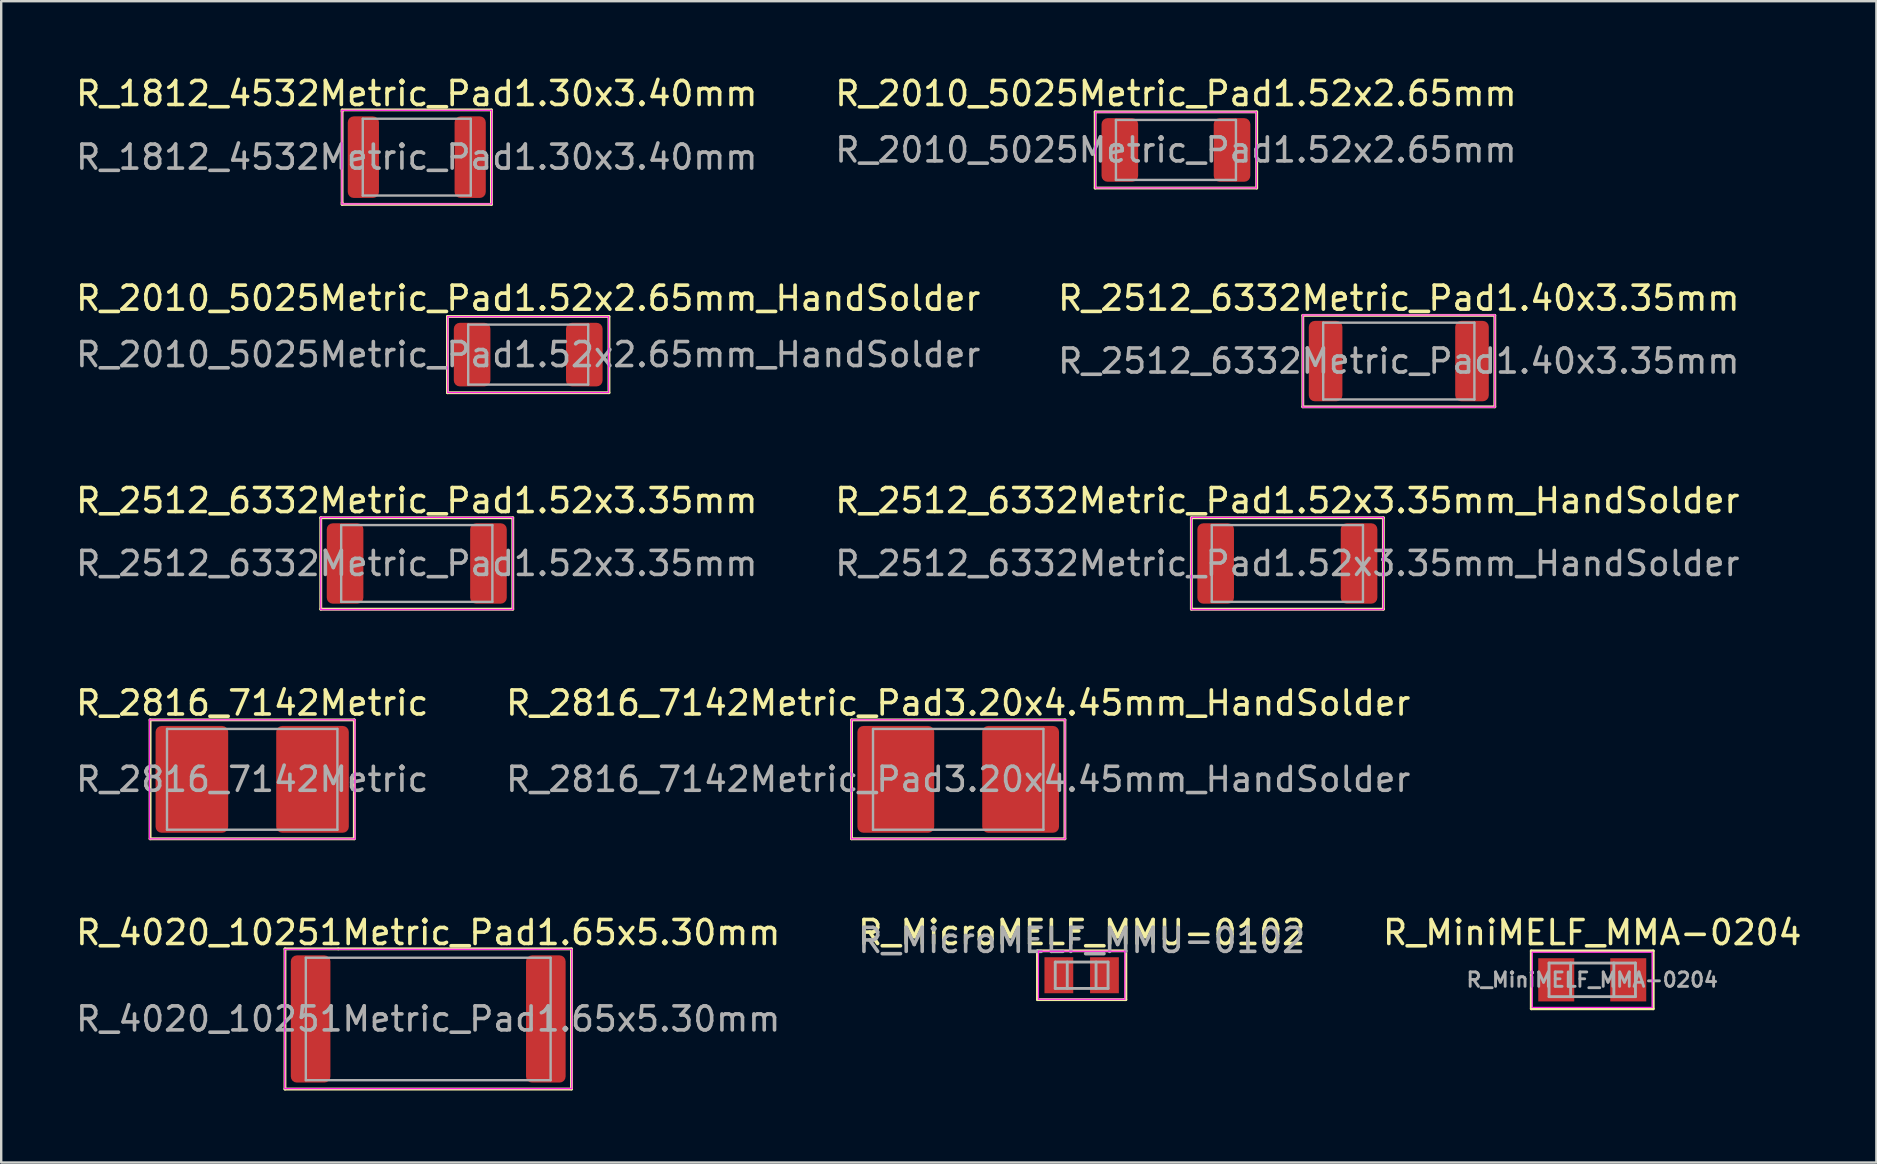
<source format=kicad_pcb>
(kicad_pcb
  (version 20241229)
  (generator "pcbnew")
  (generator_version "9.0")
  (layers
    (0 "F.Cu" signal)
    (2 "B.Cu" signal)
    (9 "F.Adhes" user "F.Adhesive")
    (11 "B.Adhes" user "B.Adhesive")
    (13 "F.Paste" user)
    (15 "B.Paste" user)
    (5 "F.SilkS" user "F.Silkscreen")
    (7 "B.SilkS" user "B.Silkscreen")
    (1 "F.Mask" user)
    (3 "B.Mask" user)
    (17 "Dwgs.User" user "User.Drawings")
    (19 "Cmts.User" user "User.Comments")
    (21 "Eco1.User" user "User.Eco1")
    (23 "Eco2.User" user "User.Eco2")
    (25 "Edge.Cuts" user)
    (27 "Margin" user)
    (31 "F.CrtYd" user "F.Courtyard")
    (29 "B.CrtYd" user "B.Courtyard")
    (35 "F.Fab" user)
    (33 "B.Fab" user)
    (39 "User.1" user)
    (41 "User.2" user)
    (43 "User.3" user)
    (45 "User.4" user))
  (footprint "R_2512_6332Metric_Pad1.52x3.35mm_HandSolder"
    (layer "F.Cu")
    (at 50.589 20.428)
    (property "Reference" "R_2512_6332Metric_Pad1.52x3.35mm_HandSolder" (at 0 -2.62 0) (layer "F.SilkS") (effects (font (size 1 1) (thickness 0.15))))
    (attr smd)
    (fp_line (start -4 -1.905) (end 4 -1.905) (stroke (width 0.12) (type solid)) (layer "F.SilkS"))
    (fp_line (start -4 1.905) (end -4 -1.905) (stroke (width 0.12) (type solid)) (layer "F.SilkS"))
    (fp_line (start 4 -1.905) (end 4 1.905) (stroke (width 0.12) (type solid)) (layer "F.SilkS"))
    (fp_line (start 4 1.905) (end -4 1.905) (stroke (width 0.12) (type solid)) (layer "F.SilkS"))
    (fp_line (start -4 -1.92) (end 4 -1.92) (stroke (width 0.05) (type solid)) (layer "F.CrtYd"))
    (fp_line (start -4 1.92) (end -4 -1.92) (stroke (width 0.05) (type solid)) (layer "F.CrtYd"))
    (fp_line (start 4 -1.92) (end 4 1.92) (stroke (width 0.05) (type solid)) (layer "F.CrtYd"))
    (fp_line (start 4 1.92) (end -4 1.92) (stroke (width 0.05) (type solid)) (layer "F.CrtYd"))
    (fp_line (start -3.15 -1.6) (end 3.15 -1.6) (stroke (width 0.1) (type solid)) (layer "F.Fab"))
    (fp_line (start -3.15 1.6) (end -3.15 -1.6) (stroke (width 0.1) (type solid)) (layer "F.Fab"))
    (fp_line (start 3.15 -1.6) (end 3.15 1.6) (stroke (width 0.1) (type solid)) (layer "F.Fab"))
    (fp_line (start 3.15 1.6) (end -3.15 1.6) (stroke (width 0.1) (type solid)) (layer "F.Fab"))
    (fp_text user "${REFERENCE}" (at 0 0 0) (layer "F.Fab") (effects (font (size 1 1) (thickness 0.15))))
    (pad "1" smd roundrect (at -2.987 0) (size 1.525 3.35) (layers "F.Cu" "F.Mask" "F.Paste") (roundrect_rratio 0.164))
    (pad "2" smd roundrect (at 2.987 0) (size 1.525 3.35) (layers "F.Cu" "F.Mask" "F.Paste") (roundrect_rratio 0.164)))
  (footprint "R_MicroMELF_MMU-0102"
    (layer "F.Cu")
    (at 42.018 37.584)
    (property "Reference" "R_MicroMELF_MMU-0102" (at 0 -1.778 0) (layer "F.SilkS") (effects (font (size 1 1) (thickness 0.15))))
    (attr smd)
    (fp_line (start -1.841 -1.016) (end -1.841 1.016) (stroke (width 0.12) (type solid)) (layer "F.SilkS"))
    (fp_line (start -1.841 1.016) (end 1.778 1.016) (stroke (width 0.12) (type solid)) (layer "F.SilkS"))
    (fp_line (start 1.778 1.016) (end 1.841 1.016) (stroke (width 0.12) (type solid)) (layer "F.SilkS"))
    (fp_line (start 1.841 -1.016) (end -1.841 -1.016) (stroke (width 0.12) (type solid)) (layer "F.SilkS"))
    (fp_line (start 1.841 1.016) (end 1.841 -1.016) (stroke (width 0.12) (type solid)) (layer "F.SilkS"))
    (fp_line (start -1.8 -1) (end -1.8 1) (stroke (width 0.05) (type solid)) (layer "F.CrtYd"))
    (fp_line (start -1.8 -1) (end 1.8 -1) (stroke (width 0.05) (type solid)) (layer "F.CrtYd"))
    (fp_line (start 1.8 1) (end -1.8 1) (stroke (width 0.05) (type solid)) (layer "F.CrtYd"))
    (fp_line (start 1.8 1) (end 1.8 -1) (stroke (width 0.05) (type solid)) (layer "F.CrtYd"))
    (fp_line (start -1.1 -0.55) (end 1.1 -0.55) (stroke (width 0.12) (type solid)) (layer "F.Fab"))
    (fp_line (start -1.1 0.55) (end -1.1 -0.55) (stroke (width 0.12) (type solid)) (layer "F.Fab"))
    (fp_line (start -0.6 -0.55) (end -0.6 0.55) (stroke (width 0.12) (type solid)) (layer "F.Fab"))
    (fp_line (start 0.6 -0.55) (end 0.6 0.55) (stroke (width 0.12) (type solid)) (layer "F.Fab"))
    (fp_line (start 1.1 -0.55) (end 1.1 0.55) (stroke (width 0.12) (type solid)) (layer "F.Fab"))
    (fp_line (start 1.1 0.55) (end -1.1 0.55) (stroke (width 0.12) (type solid)) (layer "F.Fab"))
    (fp_text user "${REFERENCE}" (at 0 -1.45 0) (layer "F.Fab") (effects (font (size 1 1) (thickness 0.15))))
    (pad "1" smd rect (at -0.95 0) (size 1.2 1.5) (layers "F.Cu" "F.Mask" "F.Paste"))
    (pad "2" smd rect (at 0.95 0) (size 1.2 1.5) (layers "F.Cu" "F.Mask" "F.Paste")))
  (footprint "R_2512_6332Metric_Pad1.52x3.35mm"
    (layer "F.Cu")
    (at 14.315 20.428)
    (property "Reference" "R_2512_6332Metric_Pad1.52x3.35mm" (at 0 -2.62 0) (layer "F.SilkS") (effects (font (size 1 1) (thickness 0.15))))
    (attr smd)
    (fp_line (start -4 -1.905) (end 4 -1.905) (stroke (width 0.12) (type solid)) (layer "F.SilkS"))
    (fp_line (start -4 1.905) (end -4 -1.905) (stroke (width 0.12) (type solid)) (layer "F.SilkS"))
    (fp_line (start 4 -1.905) (end 4 1.905) (stroke (width 0.12) (type solid)) (layer "F.SilkS"))
    (fp_line (start 4 1.905) (end -4 1.905) (stroke (width 0.12) (type solid)) (layer "F.SilkS"))
    (fp_line (start -4 -1.92) (end 4 -1.92) (stroke (width 0.05) (type solid)) (layer "F.CrtYd"))
    (fp_line (start -4 1.92) (end -4 -1.92) (stroke (width 0.05) (type solid)) (layer "F.CrtYd"))
    (fp_line (start 4 -1.92) (end 4 1.92) (stroke (width 0.05) (type solid)) (layer "F.CrtYd"))
    (fp_line (start 4 1.92) (end -4 1.92) (stroke (width 0.05) (type solid)) (layer "F.CrtYd"))
    (fp_line (start -3.15 -1.6) (end 3.15 -1.6) (stroke (width 0.1) (type solid)) (layer "F.Fab"))
    (fp_line (start -3.15 1.6) (end -3.15 -1.6) (stroke (width 0.1) (type solid)) (layer "F.Fab"))
    (fp_line (start 3.15 -1.6) (end 3.15 1.6) (stroke (width 0.1) (type solid)) (layer "F.Fab"))
    (fp_line (start 3.15 1.6) (end -3.15 1.6) (stroke (width 0.1) (type solid)) (layer "F.Fab"))
    (fp_text user "${REFERENCE}" (at 0 0 0) (layer "F.Fab") (effects (font (size 1 1) (thickness 0.15))))
    (pad "1" smd roundrect (at -2.987 0) (size 1.525 3.35) (layers "F.Cu" "F.Mask" "F.Paste") (roundrect_rratio 0.164))
    (pad "2" smd roundrect (at 2.987 0) (size 1.525 3.35) (layers "F.Cu" "F.Mask" "F.Paste") (roundrect_rratio 0.164)))
  (footprint "R_2512_6332Metric_Pad1.40x3.35mm"
    (layer "F.Cu")
    (at 55.232 11.995)
    (property "Reference" "R_2512_6332Metric_Pad1.40x3.35mm" (at 0 -2.62 0) (layer "F.SilkS") (effects (font (size 1 1) (thickness 0.15))))
    (attr smd)
    (fp_line (start -4 -1.905) (end -4 1.905) (stroke (width 0.12) (type solid)) (layer "F.SilkS"))
    (fp_line (start -4 1.905) (end 4 1.905) (stroke (width 0.12) (type solid)) (layer "F.SilkS"))
    (fp_line (start 4 -1.905) (end -4 -1.905) (stroke (width 0.12) (type solid)) (layer "F.SilkS"))
    (fp_line (start 4 1.905) (end 4 -1.905) (stroke (width 0.12) (type solid)) (layer "F.SilkS"))
    (fp_line (start -4 -1.92) (end 4 -1.92) (stroke (width 0.05) (type solid)) (layer "F.CrtYd"))
    (fp_line (start -4 1.92) (end -4 -1.92) (stroke (width 0.05) (type solid)) (layer "F.CrtYd"))
    (fp_line (start 4 -1.92) (end 4 1.92) (stroke (width 0.05) (type solid)) (layer "F.CrtYd"))
    (fp_line (start 4 1.92) (end -4 1.92) (stroke (width 0.05) (type solid)) (layer "F.CrtYd"))
    (fp_line (start -3.15 -1.6) (end 3.15 -1.6) (stroke (width 0.1) (type solid)) (layer "F.Fab"))
    (fp_line (start -3.15 1.6) (end -3.15 -1.6) (stroke (width 0.1) (type solid)) (layer "F.Fab"))
    (fp_line (start 3.15 -1.6) (end 3.15 1.6) (stroke (width 0.1) (type solid)) (layer "F.Fab"))
    (fp_line (start 3.15 1.6) (end -3.15 1.6) (stroke (width 0.1) (type solid)) (layer "F.Fab"))
    (fp_text user "${REFERENCE}" (at 0 0 0) (layer "F.Fab") (effects (font (size 1 1) (thickness 0.15))))
    (pad "1" smd roundrect (at -3.05 0) (size 1.4 3.35) (layers "F.Cu" "F.Mask" "F.Paste") (roundrect_rratio 0.179))
    (pad "2" smd roundrect (at 3.05 0) (size 1.4 3.35) (layers "F.Cu" "F.Mask" "F.Paste") (roundrect_rratio 0.179)))
  (footprint "R_1812_4532Metric_Pad1.30x3.40mm"
    (layer "F.Cu")
    (at 14.315 3.498)
    (property "Reference" "R_1812_4532Metric_Pad1.30x3.40mm" (at 0 -2.65 0) (layer "F.SilkS") (effects (font (size 1 1) (thickness 0.15))))
    (attr smd)
    (fp_line (start -3.111 -1.968) (end -3.111 -1.905) (stroke (width 0.12) (type solid)) (layer "F.SilkS"))
    (fp_line (start -3.111 -1.905) (end -3.111 1.905) (stroke (width 0.12) (type solid)) (layer "F.SilkS"))
    (fp_line (start -3.111 1.905) (end -3.111 1.968) (stroke (width 0.12) (type solid)) (layer "F.SilkS"))
    (fp_line (start -3.111 1.968) (end 3.111 1.968) (stroke (width 0.12) (type solid)) (layer "F.SilkS"))
    (fp_line (start 3.111 -1.968) (end -3.111 -1.968) (stroke (width 0.12) (type solid)) (layer "F.SilkS"))
    (fp_line (start 3.111 -1.905) (end 3.111 -1.968) (stroke (width 0.12) (type solid)) (layer "F.SilkS"))
    (fp_line (start 3.111 1.968) (end 3.111 -1.905) (stroke (width 0.12) (type solid)) (layer "F.SilkS"))
    (fp_line (start -3.12 -1.95) (end 3.12 -1.95) (stroke (width 0.05) (type solid)) (layer "F.CrtYd"))
    (fp_line (start -3.12 1.95) (end -3.12 -1.95) (stroke (width 0.05) (type solid)) (layer "F.CrtYd"))
    (fp_line (start 3.12 -1.95) (end 3.12 1.95) (stroke (width 0.05) (type solid)) (layer "F.CrtYd"))
    (fp_line (start 3.12 1.95) (end -3.12 1.95) (stroke (width 0.05) (type solid)) (layer "F.CrtYd"))
    (fp_line (start -2.25 -1.6) (end 2.25 -1.6) (stroke (width 0.1) (type solid)) (layer "F.Fab"))
    (fp_line (start -2.25 1.6) (end -2.25 -1.6) (stroke (width 0.1) (type solid)) (layer "F.Fab"))
    (fp_line (start 2.25 -1.6) (end 2.25 1.6) (stroke (width 0.1) (type solid)) (layer "F.Fab"))
    (fp_line (start 2.25 1.6) (end -2.25 1.6) (stroke (width 0.1) (type solid)) (layer "F.Fab"))
    (fp_text user "${REFERENCE}" (at 0 0 0) (layer "F.Fab") (effects (font (size 1 1) (thickness 0.15))))
    (pad "1" smd roundrect (at -2.225 0) (size 1.3 3.4) (layers "F.Cu" "F.Mask" "F.Paste") (roundrect_rratio 0.192))
    (pad "2" smd roundrect (at 2.225 0) (size 1.3 3.4) (layers "F.Cu" "F.Mask" "F.Paste") (roundrect_rratio 0.192)))
  (footprint "R_2010_5025Metric_Pad1.52x2.65mm_HandSolder"
    (layer "F.Cu")
    (at 18.958 11.725)
    (property "Reference" "R_2010_5025Metric_Pad1.52x2.65mm_HandSolder" (at 0 -2.349 0) (layer "F.SilkS") (effects (font (size 1 1) (thickness 0.15))))
    (attr smd)
    (fp_line (start -3.365 -1.587) (end -3.365 1.587) (stroke (width 0.12) (type solid)) (layer "F.SilkS"))
    (fp_line (start -3.365 1.587) (end 3.365 1.587) (stroke (width 0.12) (type solid)) (layer "F.SilkS"))
    (fp_line (start 3.365 -1.587) (end -3.365 -1.587) (stroke (width 0.12) (type solid)) (layer "F.SilkS"))
    (fp_line (start 3.365 1.587) (end 3.365 -1.587) (stroke (width 0.12) (type solid)) (layer "F.SilkS"))
    (fp_line (start -3.35 -1.58) (end 3.35 -1.58) (stroke (width 0.05) (type solid)) (layer "F.CrtYd"))
    (fp_line (start -3.35 1.58) (end -3.35 -1.58) (stroke (width 0.05) (type solid)) (layer "F.CrtYd"))
    (fp_line (start 3.35 -1.58) (end 3.35 1.58) (stroke (width 0.05) (type solid)) (layer "F.CrtYd"))
    (fp_line (start 3.35 1.58) (end -3.35 1.58) (stroke (width 0.05) (type solid)) (layer "F.CrtYd"))
    (fp_line (start -2.5 -1.25) (end 2.5 -1.25) (stroke (width 0.1) (type solid)) (layer "F.Fab"))
    (fp_line (start -2.5 1.25) (end -2.5 -1.25) (stroke (width 0.1) (type solid)) (layer "F.Fab"))
    (fp_line (start 2.5 -1.25) (end 2.5 1.25) (stroke (width 0.1) (type solid)) (layer "F.Fab"))
    (fp_line (start 2.5 1.25) (end -2.5 1.25) (stroke (width 0.1) (type solid)) (layer "F.Fab"))
    (fp_text user "${REFERENCE}" (at 0 0 0) (layer "F.Fab") (effects (font (size 1 1) (thickness 0.15))))
    (pad "1" smd roundrect (at -2.337 0) (size 1.525 2.65) (layers "F.Cu" "F.Mask" "F.Paste") (roundrect_rratio 0.164))
    (pad "2" smd roundrect (at 2.337 0) (size 1.525 2.65) (layers "F.Cu" "F.Mask" "F.Paste") (roundrect_rratio 0.164)))
  (footprint "R_2816_7142Metric_Pad3.20x4.45mm_HandSolder"
    (layer "F.Cu")
    (at 36.875 29.422)
    (property "Reference" "R_2816_7142Metric_Pad3.20x4.45mm_HandSolder" (at 0 -3.18 0) (layer "F.SilkS") (effects (font (size 1 1) (thickness 0.15))))
    (attr smd)
    (fp_line (start -4.445 -2.477) (end -4.445 2.477) (stroke (width 0.12) (type solid)) (layer "F.SilkS"))
    (fp_line (start -4.445 -2.477) (end 4.445 -2.477) (stroke (width 0.12) (type solid)) (layer "F.SilkS"))
    (fp_line (start -4.445 2.477) (end 4.445 2.477) (stroke (width 0.12) (type solid)) (layer "F.SilkS"))
    (fp_line (start 4.445 2.477) (end 4.445 -2.477) (stroke (width 0.12) (type solid)) (layer "F.SilkS"))
    (fp_line (start -4.45 -2.48) (end 4.45 -2.48) (stroke (width 0.05) (type solid)) (layer "F.CrtYd"))
    (fp_line (start -4.45 2.48) (end -4.45 -2.48) (stroke (width 0.05) (type solid)) (layer "F.CrtYd"))
    (fp_line (start 4.45 -2.48) (end 4.45 2.48) (stroke (width 0.05) (type solid)) (layer "F.CrtYd"))
    (fp_line (start 4.45 2.48) (end -4.45 2.48) (stroke (width 0.05) (type solid)) (layer "F.CrtYd"))
    (fp_line (start -3.55 -2.1) (end 3.55 -2.1) (stroke (width 0.1) (type solid)) (layer "F.Fab"))
    (fp_line (start -3.55 2.1) (end -3.55 -2.1) (stroke (width 0.1) (type solid)) (layer "F.Fab"))
    (fp_line (start 3.55 -2.1) (end 3.55 2.1) (stroke (width 0.1) (type solid)) (layer "F.Fab"))
    (fp_line (start 3.55 2.1) (end -3.55 2.1) (stroke (width 0.1) (type solid)) (layer "F.Fab"))
    (fp_text user "${REFERENCE}" (at 0 0 0) (layer "F.Fab") (effects (font (size 1 1) (thickness 0.15))))
    (pad "1" smd roundrect (at -2.6 0) (size 3.2 4.45) (layers "F.Cu" "F.Mask" "F.Paste") (roundrect_rratio 0.078))
    (pad "2" smd roundrect (at 2.6 0) (size 3.2 4.45) (layers "F.Cu" "F.Mask" "F.Paste") (roundrect_rratio 0.078)))
  (footprint "R_MiniMELF_MMA-0204"
    (layer "F.Cu")
    (at 63.292 37.775)
    (property "Reference" "R_MiniMELF_MMA-0204" (at 0 -1.968 0) (layer "F.SilkS") (effects (font (size 1 1) (thickness 0.15))))
    (attr smd)
    (fp_line (start -2.54 -1.206) (end -2.54 1.206) (stroke (width 0.12) (type solid)) (layer "F.SilkS"))
    (fp_line (start -2.54 1.206) (end 2.54 1.206) (stroke (width 0.12) (type solid)) (layer "F.SilkS"))
    (fp_line (start 2.54 -1.206) (end -2.54 -1.206) (stroke (width 0.12) (type solid)) (layer "F.SilkS"))
    (fp_line (start 2.54 1.206) (end 2.54 -1.206) (stroke (width 0.12) (type solid)) (layer "F.SilkS"))
    (fp_line (start -2.5 -1.15) (end -2.5 1.15) (stroke (width 0.05) (type solid)) (layer "F.CrtYd"))
    (fp_line (start -2.5 -1.15) (end 2.5 -1.15) (stroke (width 0.05) (type solid)) (layer "F.CrtYd"))
    (fp_line (start 2.5 1.15) (end -2.5 1.15) (stroke (width 0.05) (type solid)) (layer "F.CrtYd"))
    (fp_line (start 2.5 1.15) (end 2.5 -1.15) (stroke (width 0.05) (type solid)) (layer "F.CrtYd"))
    (fp_line (start -1.8 -0.7) (end -1.8 0.7) (stroke (width 0.12) (type solid)) (layer "F.Fab"))
    (fp_line (start -1.8 0.7) (end 1.8 0.7) (stroke (width 0.12) (type solid)) (layer "F.Fab"))
    (fp_line (start -0.9 -0.7) (end -0.9 0.7) (stroke (width 0.12) (type solid)) (layer "F.Fab"))
    (fp_line (start 0.9 0.7) (end 0.9 -0.7) (stroke (width 0.12) (type solid)) (layer "F.Fab"))
    (fp_line (start 1.8 -0.7) (end -1.8 -0.7) (stroke (width 0.12) (type solid)) (layer "F.Fab"))
    (fp_line (start 1.8 0.7) (end 1.8 -0.7) (stroke (width 0.12) (type solid)) (layer "F.Fab"))
    (fp_text user "${REFERENCE}" (at 0 0 0) (layer "F.Fab") (effects (font (size 0.6 0.6) (thickness 0.12))))
    (pad "1" smd rect (at -1.5 0) (size 1.5 1.8) (layers "F.Cu" "F.Mask" "F.Paste"))
    (pad "2" smd rect (at 1.5 0) (size 1.5 1.8) (layers "F.Cu" "F.Mask" "F.Paste")))
  (footprint "R_2816_7142Metric"
    (layer "F.Cu")
    (at 7.458 29.422)
    (property "Reference" "R_2816_7142Metric" (at 0 -3.18 0) (layer "F.SilkS") (effects (font (size 1 1) (thickness 0.15))))
    (attr smd)
    (fp_line (start -4.255 -2.477) (end -4.255 2.477) (stroke (width 0.12) (type solid)) (layer "F.SilkS"))
    (fp_line (start -4.255 2.477) (end 4.255 2.477) (stroke (width 0.12) (type solid)) (layer "F.SilkS"))
    (fp_line (start 4.255 -2.477) (end -4.255 -2.477) (stroke (width 0.12) (type solid)) (layer "F.SilkS"))
    (fp_line (start 4.255 2.477) (end 4.255 -2.477) (stroke (width 0.12) (type solid)) (layer "F.SilkS"))
    (fp_line (start -4.28 -2.48) (end 4.28 -2.48) (stroke (width 0.05) (type solid)) (layer "F.CrtYd"))
    (fp_line (start -4.28 2.48) (end -4.28 -2.48) (stroke (width 0.05) (type solid)) (layer "F.CrtYd"))
    (fp_line (start 4.28 -2.48) (end 4.28 2.48) (stroke (width 0.05) (type solid)) (layer "F.CrtYd"))
    (fp_line (start 4.28 2.48) (end -4.28 2.48) (stroke (width 0.05) (type solid)) (layer "F.CrtYd"))
    (fp_line (start -3.55 -2.1) (end 3.55 -2.1) (stroke (width 0.1) (type solid)) (layer "F.Fab"))
    (fp_line (start -3.55 2.1) (end -3.55 -2.1) (stroke (width 0.1) (type solid)) (layer "F.Fab"))
    (fp_line (start 3.55 -2.1) (end 3.55 2.1) (stroke (width 0.1) (type solid)) (layer "F.Fab"))
    (fp_line (start 3.55 2.1) (end -3.55 2.1) (stroke (width 0.1) (type solid)) (layer "F.Fab"))
    (fp_text user "${REFERENCE}" (at 0 0 0) (layer "F.Fab") (effects (font (size 1 1) (thickness 0.15))))
    (pad "1" smd roundrect (at -2.513 0) (size 3.025 4.45) (layers "F.Cu" "F.Mask" "F.Paste") (roundrect_rratio 0.083))
    (pad "2" smd roundrect (at 2.513 0) (size 3.025 4.45) (layers "F.Cu" "F.Mask" "F.Paste") (roundrect_rratio 0.083)))
  (footprint "R_4020_10251Metric_Pad1.65x5.30mm"
    (layer "F.Cu")
    (at 14.792 39.406)
    (property "Reference" "R_4020_10251Metric_Pad1.65x5.30mm" (at 0 -3.6 0) (layer "F.SilkS") (effects (font (size 1 1) (thickness 0.15))))
    (attr smd)
    (fp_line (start -5.969 -2.921) (end -5.969 2.921) (stroke (width 0.12) (type solid)) (layer "F.SilkS"))
    (fp_line (start -5.969 2.921) (end 5.969 2.921) (stroke (width 0.12) (type solid)) (layer "F.SilkS"))
    (fp_line (start -3.747 -2.921) (end -5.969 -2.921) (stroke (width 0.12) (type solid)) (layer "F.SilkS"))
    (fp_line (start 5.969 -2.921) (end -3.747 -2.921) (stroke (width 0.12) (type solid)) (layer "F.SilkS"))
    (fp_line (start 5.969 2.921) (end 5.969 -2.921) (stroke (width 0.12) (type solid)) (layer "F.SilkS"))
    (fp_line (start -5.98 -2.9) (end 5.98 -2.9) (stroke (width 0.05) (type solid)) (layer "F.CrtYd"))
    (fp_line (start -5.98 2.9) (end -5.98 -2.9) (stroke (width 0.05) (type solid)) (layer "F.CrtYd"))
    (fp_line (start 5.98 -2.9) (end 5.98 2.9) (stroke (width 0.05) (type solid)) (layer "F.CrtYd"))
    (fp_line (start 5.98 2.9) (end -5.98 2.9) (stroke (width 0.05) (type solid)) (layer "F.CrtYd"))
    (fp_line (start -5.1 -2.55) (end 5.1 -2.55) (stroke (width 0.1) (type solid)) (layer "F.Fab"))
    (fp_line (start -5.1 2.55) (end -5.1 -2.55) (stroke (width 0.1) (type solid)) (layer "F.Fab"))
    (fp_line (start 5.1 -2.55) (end 5.1 2.55) (stroke (width 0.1) (type solid)) (layer "F.Fab"))
    (fp_line (start 5.1 2.55) (end -5.1 2.55) (stroke (width 0.1) (type solid)) (layer "F.Fab"))
    (fp_text user "${REFERENCE}" (at 0 0 0) (layer "F.Fab") (effects (font (size 1 1) (thickness 0.15))))
    (pad "1" smd roundrect (at -4.9 0) (size 1.65 5.3) (layers "F.Cu" "F.Mask" "F.Paste") (roundrect_rratio 0.152))
    (pad "2" smd roundrect (at 4.9 0) (size 1.65 5.3) (layers "F.Cu" "F.Mask" "F.Paste") (roundrect_rratio 0.152)))
  (footprint "R_2010_5025Metric_Pad1.52x2.65mm"
    (layer "F.Cu")
    (at 45.946 3.198)
    (property "Reference" "R_2010_5025Metric_Pad1.52x2.65mm" (at 0 -2.349 0) (layer "F.SilkS") (effects (font (size 1 1) (thickness 0.15))))
    (attr smd)
    (fp_line (start -3.365 -1.587) (end -3.365 1.587) (stroke (width 0.12) (type solid)) (layer "F.SilkS"))
    (fp_line (start -3.365 1.587) (end 3.365 1.587) (stroke (width 0.12) (type solid)) (layer "F.SilkS"))
    (fp_line (start 3.365 -1.587) (end -3.365 -1.587) (stroke (width 0.12) (type solid)) (layer "F.SilkS"))
    (fp_line (start 3.365 1.587) (end 3.365 -1.587) (stroke (width 0.12) (type solid)) (layer "F.SilkS"))
    (fp_line (start -3.35 -1.58) (end 3.35 -1.58) (stroke (width 0.05) (type solid)) (layer "F.CrtYd"))
    (fp_line (start -3.35 1.58) (end -3.35 -1.58) (stroke (width 0.05) (type solid)) (layer "F.CrtYd"))
    (fp_line (start 3.35 -1.58) (end 3.35 1.58) (stroke (width 0.05) (type solid)) (layer "F.CrtYd"))
    (fp_line (start 3.35 1.58) (end -3.35 1.58) (stroke (width 0.05) (type solid)) (layer "F.CrtYd"))
    (fp_line (start -2.5 -1.25) (end 2.5 -1.25) (stroke (width 0.1) (type solid)) (layer "F.Fab"))
    (fp_line (start -2.5 1.25) (end -2.5 -1.25) (stroke (width 0.1) (type solid)) (layer "F.Fab"))
    (fp_line (start 2.5 -1.25) (end 2.5 1.25) (stroke (width 0.1) (type solid)) (layer "F.Fab"))
    (fp_line (start 2.5 1.25) (end -2.5 1.25) (stroke (width 0.1) (type solid)) (layer "F.Fab"))
    (fp_text user "${REFERENCE}" (at 0 0 0) (layer "F.Fab") (effects (font (size 1 1) (thickness 0.15))))
    (pad "1" smd roundrect (at -2.337 0) (size 1.525 2.65) (layers "F.Cu" "F.Mask" "F.Paste") (roundrect_rratio 0.164))
    (pad "2" smd roundrect (at 2.337 0) (size 1.525 2.65) (layers "F.Cu" "F.Mask" "F.Paste") (roundrect_rratio 0.164)))
  (gr_rect
    (start -3 -3)
    (end 75.131 45.387)
    (stroke (width 0.1) (type default))
    (fill no)
    (layer "Edge.Cuts")))
</source>
